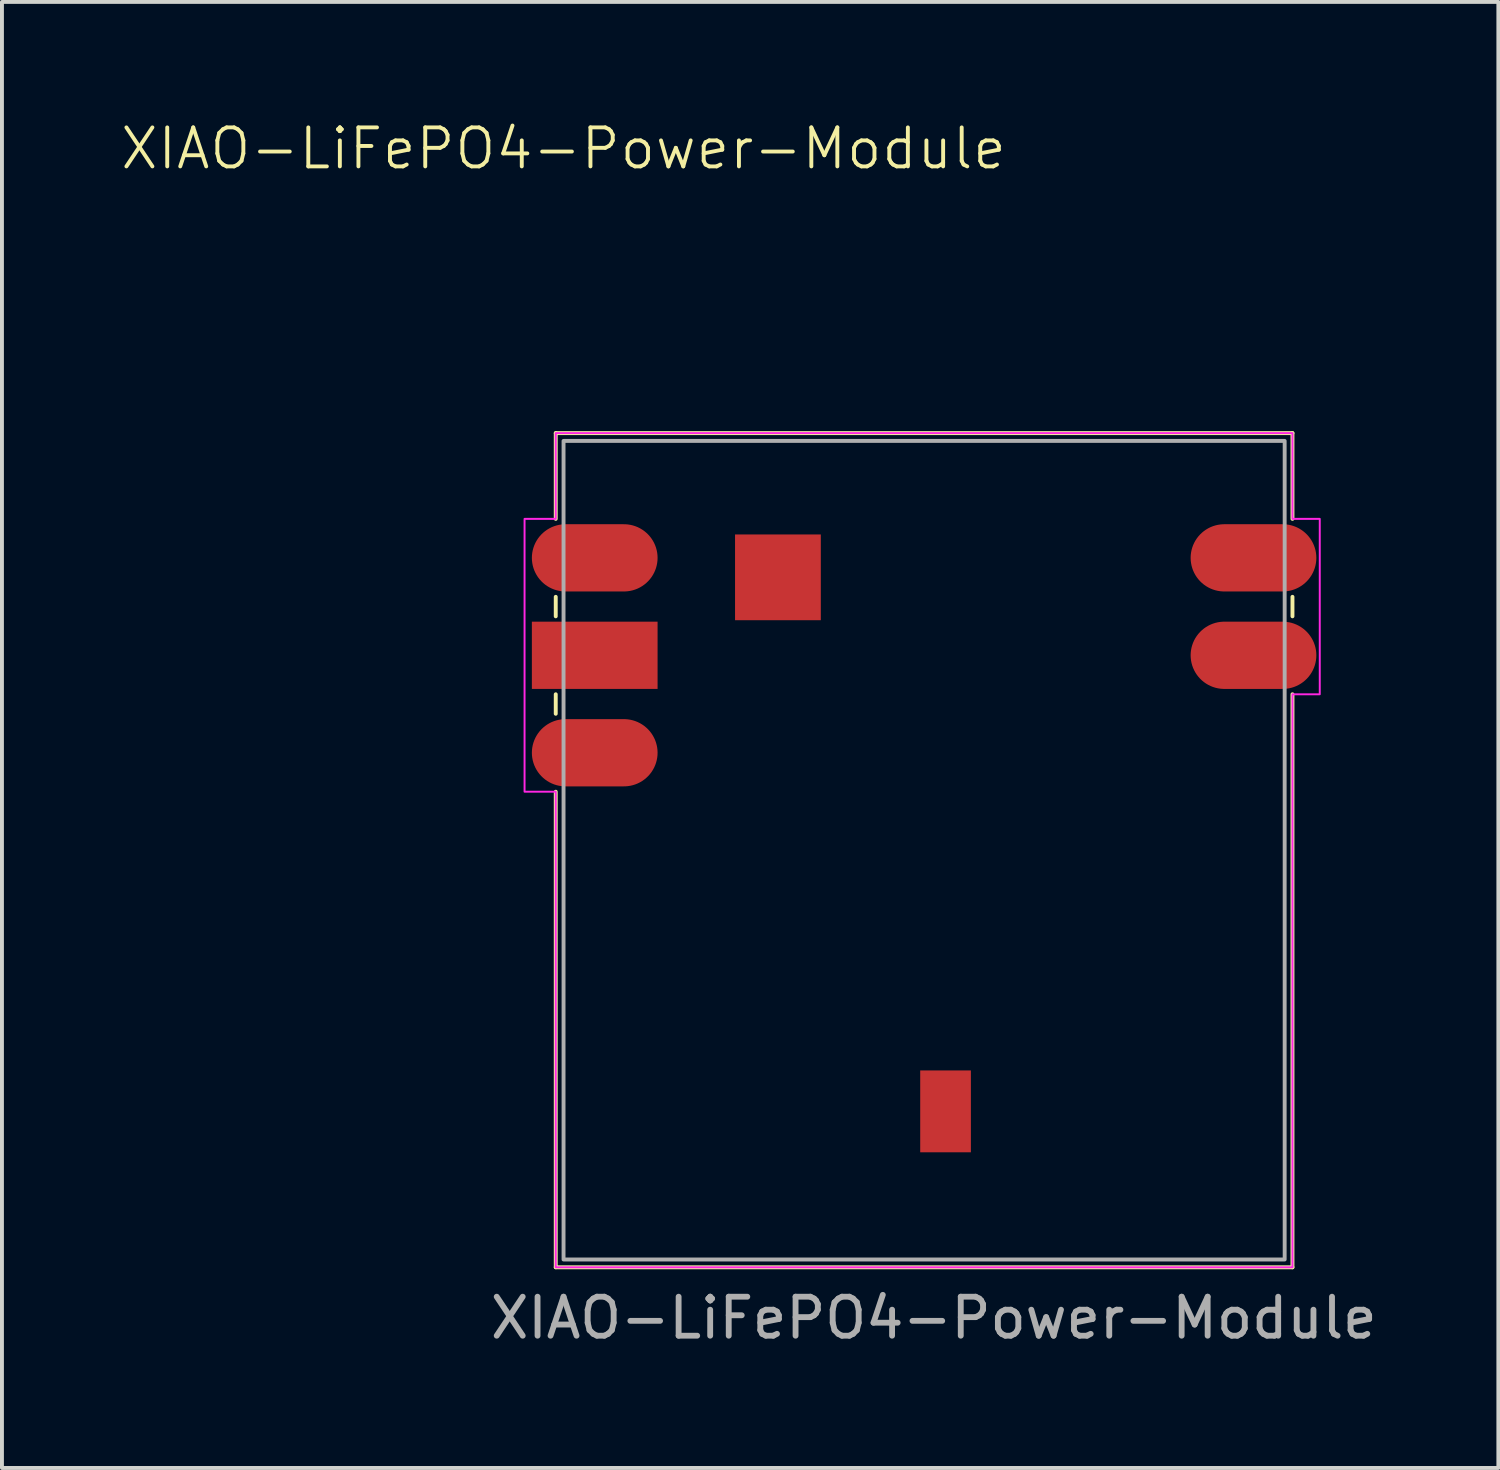
<source format=kicad_pcb>
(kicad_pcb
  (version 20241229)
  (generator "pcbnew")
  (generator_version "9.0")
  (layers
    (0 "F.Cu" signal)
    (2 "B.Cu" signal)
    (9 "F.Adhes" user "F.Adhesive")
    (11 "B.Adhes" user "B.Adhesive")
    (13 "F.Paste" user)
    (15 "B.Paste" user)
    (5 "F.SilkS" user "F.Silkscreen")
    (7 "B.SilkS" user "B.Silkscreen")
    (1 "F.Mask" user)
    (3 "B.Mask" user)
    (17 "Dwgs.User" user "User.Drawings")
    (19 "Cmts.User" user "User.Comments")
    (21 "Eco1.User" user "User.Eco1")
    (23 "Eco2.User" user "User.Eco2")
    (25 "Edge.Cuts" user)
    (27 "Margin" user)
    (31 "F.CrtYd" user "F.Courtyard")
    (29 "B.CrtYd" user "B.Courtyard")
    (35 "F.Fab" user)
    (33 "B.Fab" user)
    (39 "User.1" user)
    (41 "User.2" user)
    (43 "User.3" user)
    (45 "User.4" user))
  (footprint "XIAO-LiFePO4-Power-Module"
    (layer "F.Cu")
    (at 11.407 8.261)
    (property "Reference" "XIAO-LiFePO4-Power-Module" (at 0 -7.5 0) (unlocked yes) (layer "F.SilkS") (effects (font (size 1 1) (thickness 0.1))))
    (attr through_hole)
    (fp_line (start -0.2 -0.2) (end 18.7 -0.2) (stroke (width 0.1) (type default)) (layer "F.SilkS"))
    (fp_line (start -0.2 2) (end -0.2 -0.2) (stroke (width 0.1) (type default)) (layer "F.SilkS"))
    (fp_line (start -0.2 4) (end -0.2 4.5) (stroke (width 0.1) (type default)) (layer "F.SilkS"))
    (fp_line (start -0.2 6.5) (end -0.2 7) (stroke (width 0.1) (type default)) (layer "F.SilkS"))
    (fp_line (start -0.2 9) (end -0.2 21.2) (stroke (width 0.1) (type default)) (layer "F.SilkS"))
    (fp_line (start -0.2 21.2) (end 18.7 21.2) (stroke (width 0.1) (type default)) (layer "F.SilkS"))
    (fp_line (start 18.7 -0.2) (end 18.7 2) (stroke (width 0.1) (type default)) (layer "F.SilkS"))
    (fp_line (start 18.7 4) (end 18.7 4.5) (stroke (width 0.1) (type default)) (layer "F.SilkS"))
    (fp_line (start 18.7 21.2) (end 18.7 6.5) (stroke (width 0.1) (type default)) (layer "F.SilkS"))
    (fp_poly (pts (xy -0.2 -0.2) (xy -0.2 2) (xy -1 2) (xy -1 9) (xy -0.2 9) (xy -0.2 21.2) (xy 18.7 21.2) (xy 18.7 6.5) (xy 19.4 6.5) (xy 19.4 2) (xy 18.7 2) (xy 18.7 -0.2)) (stroke (width 0.05) (type solid)) (fill no) (layer "F.CrtYd"))
    (fp_rect (start 0 0) (end 18.5 21) (stroke (width 0.1) (type default)) (fill no) (layer "F.Fab"))
    (fp_text user "${REFERENCE}" (at 9.5 22.5 0) (unlocked yes) (layer "F.Fab") (effects (font (size 1 1) (thickness 0.15))))
    (pad "1" smd oval (at 0.8 3 90) (size 1.725 3.225) (layers "F.Cu" "F.Mask" "F.Paste"))
    (pad "2" smd rect (at 0.8 5.5 90) (size 1.725 3.225) (layers "F.Cu" "F.Mask" "F.Paste"))
    (pad "2" smd rect (at 5.5 3.5 90) (size 2.2 2.2) (layers "F.Cu" "F.Mask" "F.Paste"))
    (pad "2" smd rect (at 9.8 17.2 180) (size 1.3 2.1) (layers "F.Cu" "F.Mask" "F.Paste"))
    (pad "3" smd oval (at 0.8 8 90) (size 1.725 3.225) (layers "F.Cu" "F.Mask" "F.Paste"))
    (pad "4" smd oval (at 17.7 5.5 90) (size 1.725 3.225) (layers "F.Cu" "F.Mask" "F.Paste"))
    (pad "5" smd oval (at 17.7 3 90) (size 1.725 3.225) (layers "F.Cu" "F.Mask" "F.Paste")))
  (gr_rect
    (start -3 -3)
    (end 35.389 34.609)
    (stroke (width 0.1) (type default))
    (fill no)
    (layer "Edge.Cuts")))
</source>
